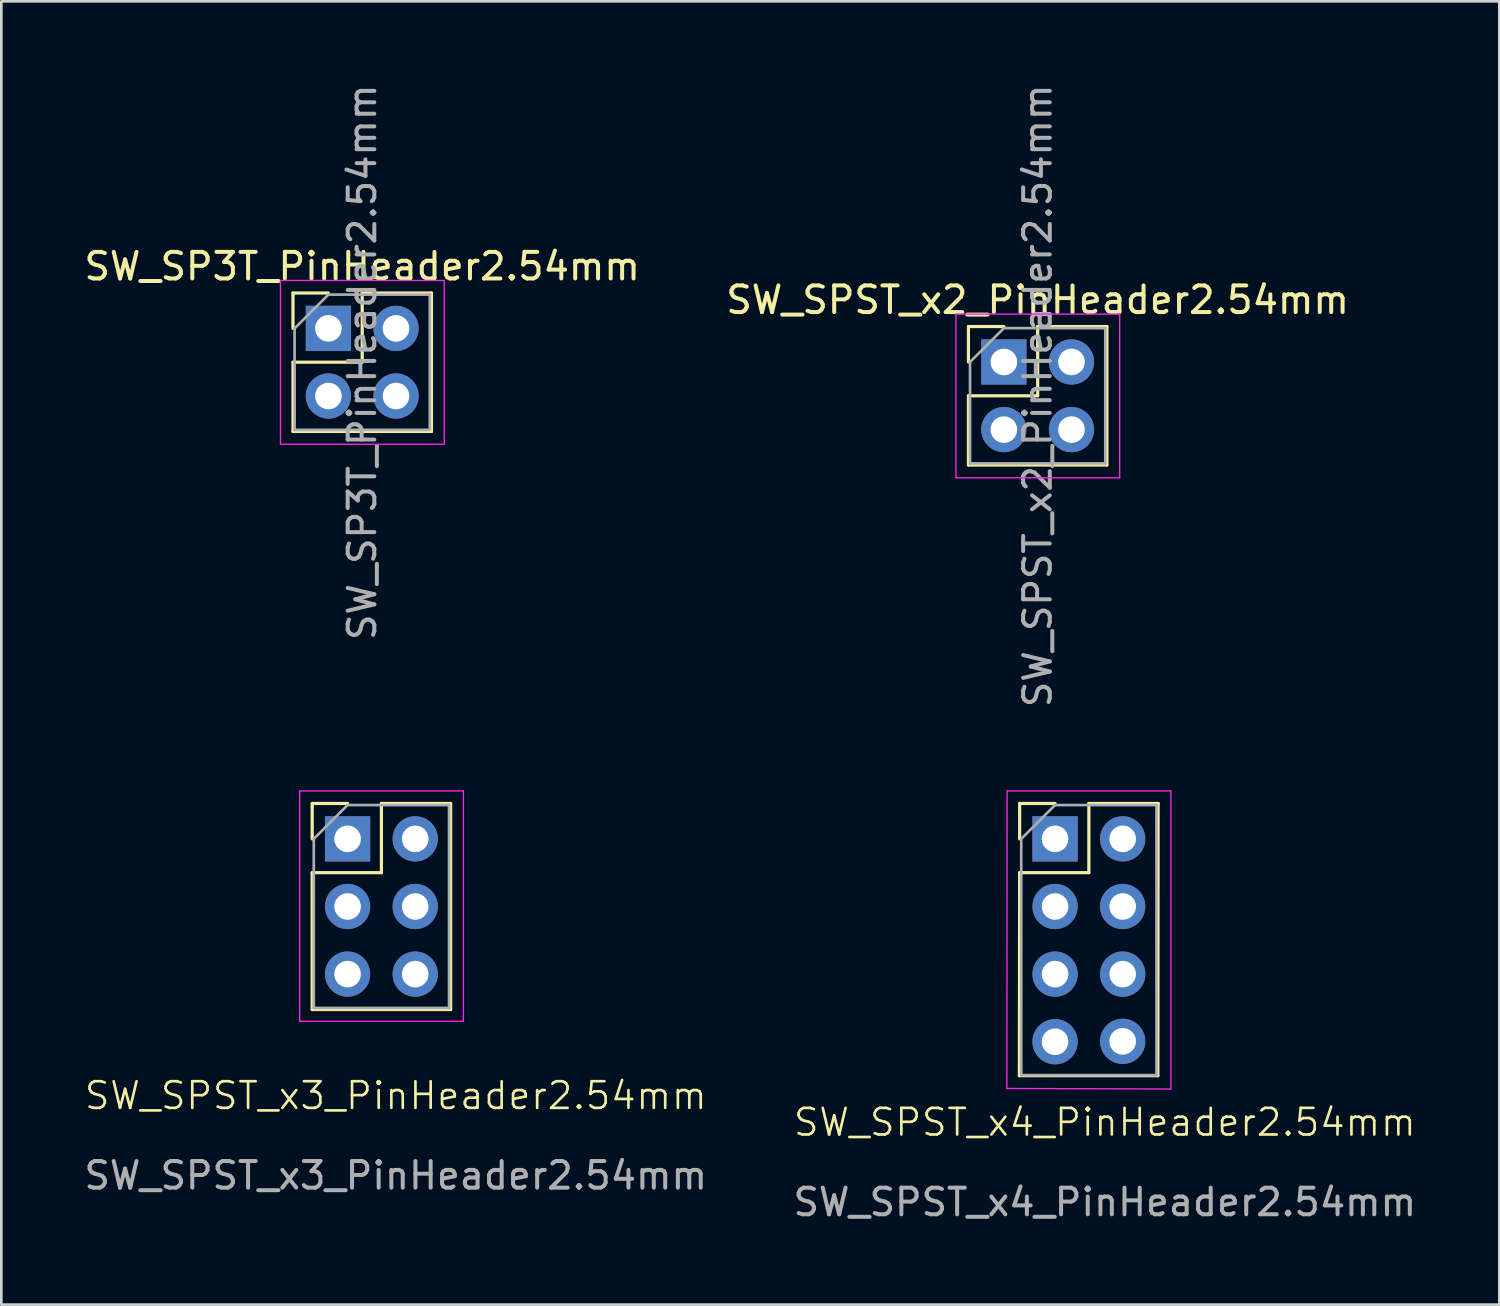
<source format=kicad_pcb>
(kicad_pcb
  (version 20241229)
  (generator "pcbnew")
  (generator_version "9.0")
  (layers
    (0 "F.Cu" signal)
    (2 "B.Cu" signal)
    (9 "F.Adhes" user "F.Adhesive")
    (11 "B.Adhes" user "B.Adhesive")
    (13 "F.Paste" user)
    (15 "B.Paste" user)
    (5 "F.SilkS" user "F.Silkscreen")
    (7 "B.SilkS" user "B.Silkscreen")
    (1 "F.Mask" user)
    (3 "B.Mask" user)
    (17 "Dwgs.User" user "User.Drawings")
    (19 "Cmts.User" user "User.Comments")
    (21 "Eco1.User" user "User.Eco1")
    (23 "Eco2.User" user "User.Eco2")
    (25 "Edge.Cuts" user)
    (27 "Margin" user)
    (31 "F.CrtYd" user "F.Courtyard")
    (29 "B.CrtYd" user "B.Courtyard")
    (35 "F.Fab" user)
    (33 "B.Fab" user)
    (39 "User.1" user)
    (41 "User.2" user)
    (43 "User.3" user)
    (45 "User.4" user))
  (footprint "SW_SP3T_PinHeader2.54mm"
    (layer "F.Cu")
    (at 9.284 9.284)
    (property "Reference" "SW_SP3T_PinHeader2.54mm" (at 1.27 -2.33 0) (layer "F.SilkS") (effects (font (size 1 1) (thickness 0.15))))
    (attr through_hole)
    (fp_line (start -1.33 -1.33) (end 0 -1.33) (stroke (width 0.12) (type solid)) (layer "F.SilkS"))
    (fp_line (start -1.33 0) (end -1.33 -1.33) (stroke (width 0.12) (type solid)) (layer "F.SilkS"))
    (fp_line (start -1.33 1.27) (end -1.33 3.87) (stroke (width 0.12) (type solid)) (layer "F.SilkS"))
    (fp_line (start -1.33 1.27) (end 1.27 1.27) (stroke (width 0.12) (type solid)) (layer "F.SilkS"))
    (fp_line (start -1.33 3.87) (end 3.87 3.87) (stroke (width 0.12) (type solid)) (layer "F.SilkS"))
    (fp_line (start 1.27 -1.33) (end 3.87 -1.33) (stroke (width 0.12) (type solid)) (layer "F.SilkS"))
    (fp_line (start 1.27 1.27) (end 1.27 -1.33) (stroke (width 0.12) (type solid)) (layer "F.SilkS"))
    (fp_line (start 3.87 -1.33) (end 3.87 3.87) (stroke (width 0.12) (type solid)) (layer "F.SilkS"))
    (fp_line (start -1.8 -1.8) (end -1.8 4.35) (stroke (width 0.05) (type solid)) (layer "F.CrtYd"))
    (fp_line (start -1.8 4.35) (end 4.35 4.35) (stroke (width 0.05) (type solid)) (layer "F.CrtYd"))
    (fp_line (start 4.35 -1.8) (end -1.8 -1.8) (stroke (width 0.05) (type solid)) (layer "F.CrtYd"))
    (fp_line (start 4.35 4.35) (end 4.35 -1.8) (stroke (width 0.05) (type solid)) (layer "F.CrtYd"))
    (fp_line (start -1.27 0) (end 0 -1.27) (stroke (width 0.1) (type solid)) (layer "F.Fab"))
    (fp_line (start -1.27 3.81) (end -1.27 0) (stroke (width 0.1) (type solid)) (layer "F.Fab"))
    (fp_line (start 0 -1.27) (end 3.81 -1.27) (stroke (width 0.1) (type solid)) (layer "F.Fab"))
    (fp_line (start 3.81 -1.27) (end 3.81 3.81) (stroke (width 0.1) (type solid)) (layer "F.Fab"))
    (fp_line (start 3.81 3.81) (end -1.27 3.81) (stroke (width 0.1) (type solid)) (layer "F.Fab"))
    (fp_text user "${REFERENCE}" (at 1.27 1.27 90) (layer "F.Fab") (effects (font (size 1 1) (thickness 0.15))))
    (pad "1" thru_hole rect (at 0 0) (size 1.7 1.7) (drill 1) (layers "*.Cu" "*.Mask"))
    (pad "2" thru_hole oval (at 2.54 0) (size 1.7 1.7) (drill 1) (layers "*.Cu" "*.Mask"))
    (pad "3" thru_hole oval (at 0 2.54) (size 1.7 1.7) (drill 1) (layers "*.Cu" "*.Mask"))
    (pad "4" thru_hole oval (at 2.54 2.54) (size 1.7 1.7) (drill 1) (layers "*.Cu" "*.Mask")))
  (footprint "SW_SPST_x4_PinHeader2.54mm"
    (layer "F.Cu")
    (at 38.386 38.601)
    (property "Reference" "SW_SPST_x4_PinHeader2.54mm" (at 0.06 0.5 0) (unlocked yes) (layer "F.SilkS") (effects (font (size 1 1) (thickness 0.1))))
    (attr through_hole)
    (fp_line (start -3.15 -1.25) (end 2.05 -1.25) (stroke (width 0.12) (type solid)) (layer "F.SilkS"))
    (fp_line (start -3.14 -11.475) (end -1.81 -11.475) (stroke (width 0.12) (type solid)) (layer "F.SilkS"))
    (fp_line (start -3.14 -10.145) (end -3.14 -11.475) (stroke (width 0.12) (type solid)) (layer "F.SilkS"))
    (fp_line (start -3.14 -8.875) (end -3.15 -1.25) (stroke (width 0.12) (type solid)) (layer "F.SilkS"))
    (fp_line (start -3.14 -8.875) (end -0.54 -8.875) (stroke (width 0.12) (type solid)) (layer "F.SilkS"))
    (fp_line (start -0.54 -11.475) (end 2.06 -11.475) (stroke (width 0.12) (type solid)) (layer "F.SilkS"))
    (fp_line (start -0.54 -8.875) (end -0.54 -11.475) (stroke (width 0.12) (type solid)) (layer "F.SilkS"))
    (fp_line (start 2.06 -11.475) (end 2.05 -1.25) (stroke (width 0.12) (type solid)) (layer "F.SilkS"))
    (fp_line (start -3.62 -0.77) (end 2.54 -0.75) (stroke (width 0.05) (type solid)) (layer "F.CrtYd"))
    (fp_line (start -3.61 -11.945) (end -3.62 -0.77) (stroke (width 0.05) (type solid)) (layer "F.CrtYd"))
    (fp_line (start 2.54 -11.945) (end -3.61 -11.945) (stroke (width 0.05) (type solid)) (layer "F.CrtYd"))
    (fp_line (start 2.54 -0.75) (end 2.54 -11.945) (stroke (width 0.05) (type solid)) (layer "F.CrtYd"))
    (fp_line (start -3.08 -10.145) (end -1.81 -11.415) (stroke (width 0.1) (type solid)) (layer "F.Fab"))
    (fp_line (start -3.08 -1.27) (end -3.08 -10.145) (stroke (width 0.1) (type solid)) (layer "F.Fab"))
    (fp_line (start -1.81 -11.415) (end 2 -11.415) (stroke (width 0.1) (type solid)) (layer "F.Fab"))
    (fp_line (start 2 -11.415) (end 2 -1.27) (stroke (width 0.1) (type solid)) (layer "F.Fab"))
    (fp_line (start 2 -1.27) (end -3.08 -1.27) (stroke (width 0.1) (type solid)) (layer "F.Fab"))
    (fp_text user "${REFERENCE}" (at 0.06 3.5 0) (unlocked yes) (layer "F.Fab") (effects (font (size 1 1) (thickness 0.15))))
    (pad "1" thru_hole rect (at -1.81 -10.145) (size 1.7 1.7) (drill 1) (layers "*.Cu" "*.Mask"))
    (pad "2" thru_hole oval (at 0.73 -10.145) (size 1.7 1.7) (drill 1) (layers "*.Cu" "*.Mask"))
    (pad "3" thru_hole oval (at -1.81 -7.605) (size 1.7 1.7) (drill 1) (layers "*.Cu" "*.Mask"))
    (pad "4" thru_hole oval (at 0.73 -7.605) (size 1.7 1.7) (drill 1) (layers "*.Cu" "*.Mask"))
    (pad "5" thru_hole oval (at -1.81 -5.065) (size 1.7 1.7) (drill 1) (layers "*.Cu" "*.Mask"))
    (pad "6" thru_hole oval (at 0.73 -5.065) (size 1.7 1.7) (drill 1) (layers "*.Cu" "*.Mask"))
    (pad "7" thru_hole oval (at -1.81 -2.525) (size 1.7 1.7) (drill 1) (layers "*.Cu" "*.Mask"))
    (pad "8" thru_hole oval (at 0.73 -2.54) (size 1.7 1.7) (drill 1) (layers "*.Cu" "*.Mask")))
  (footprint "SW_SPST_x3_PinHeader2.54mm"
    (layer "F.Cu")
    (at 11.815 38.601)
    (property "Reference" "SW_SPST_x3_PinHeader2.54mm" (at 0 -0.5 0) (unlocked yes) (layer "F.SilkS") (effects (font (size 1 1) (thickness 0.1))))
    (attr through_hole)
    (fp_line (start -3.14 -11.475) (end -1.81 -11.475) (stroke (width 0.12) (type solid)) (layer "F.SilkS"))
    (fp_line (start -3.14 -10.145) (end -3.14 -11.475) (stroke (width 0.12) (type solid)) (layer "F.SilkS"))
    (fp_line (start -3.14 -8.875) (end -3.14 -3.735) (stroke (width 0.12) (type solid)) (layer "F.SilkS"))
    (fp_line (start -3.14 -8.875) (end -0.54 -8.875) (stroke (width 0.12) (type solid)) (layer "F.SilkS"))
    (fp_line (start -3.14 -3.735) (end 2.06 -3.735) (stroke (width 0.12) (type solid)) (layer "F.SilkS"))
    (fp_line (start -0.54 -11.475) (end 2.06 -11.475) (stroke (width 0.12) (type solid)) (layer "F.SilkS"))
    (fp_line (start -0.54 -8.875) (end -0.54 -11.475) (stroke (width 0.12) (type solid)) (layer "F.SilkS"))
    (fp_line (start 2.06 -11.475) (end 2.06 -3.735) (stroke (width 0.12) (type solid)) (layer "F.SilkS"))
    (fp_line (start -3.61 -11.945) (end -3.61 -3.295) (stroke (width 0.05) (type solid)) (layer "F.CrtYd"))
    (fp_line (start -3.61 -3.295) (end 2.54 -3.295) (stroke (width 0.05) (type solid)) (layer "F.CrtYd"))
    (fp_line (start 2.54 -11.945) (end -3.61 -11.945) (stroke (width 0.05) (type solid)) (layer "F.CrtYd"))
    (fp_line (start 2.54 -3.295) (end 2.54 -11.945) (stroke (width 0.05) (type solid)) (layer "F.CrtYd"))
    (fp_line (start -3.08 -10.145) (end -1.81 -11.415) (stroke (width 0.1) (type solid)) (layer "F.Fab"))
    (fp_line (start -3.08 -3.795) (end -3.08 -10.145) (stroke (width 0.1) (type solid)) (layer "F.Fab"))
    (fp_line (start -1.81 -11.415) (end 2 -11.415) (stroke (width 0.1) (type solid)) (layer "F.Fab"))
    (fp_line (start 2 -11.415) (end 2 -3.795) (stroke (width 0.1) (type solid)) (layer "F.Fab"))
    (fp_line (start 2 -3.795) (end -3.08 -3.795) (stroke (width 0.1) (type solid)) (layer "F.Fab"))
    (fp_text user "${REFERENCE}" (at 0 2.5 0) (unlocked yes) (layer "F.Fab") (effects (font (size 1 1) (thickness 0.15))))
    (pad "1" thru_hole rect (at -1.81 -10.145) (size 1.7 1.7) (drill 1) (layers "*.Cu" "*.Mask"))
    (pad "2" thru_hole oval (at 0.73 -10.145) (size 1.7 1.7) (drill 1) (layers "*.Cu" "*.Mask"))
    (pad "3" thru_hole oval (at -1.81 -7.605) (size 1.7 1.7) (drill 1) (layers "*.Cu" "*.Mask"))
    (pad "4" thru_hole oval (at 0.73 -7.605) (size 1.7 1.7) (drill 1) (layers "*.Cu" "*.Mask"))
    (pad "5" thru_hole oval (at -1.81 -5.065) (size 1.7 1.7) (drill 1) (layers "*.Cu" "*.Mask"))
    (pad "6" thru_hole oval (at 0.73 -5.065) (size 1.7 1.7) (drill 1) (layers "*.Cu" "*.Mask")))
  (footprint "SW_SPST_x2_PinHeader2.54mm"
    (layer "F.Cu")
    (at 34.653 10.545)
    (property "Reference" "SW_SPST_x2_PinHeader2.54mm" (at 1.27 -2.33 0) (layer "F.SilkS") (effects (font (size 1 1) (thickness 0.15))))
    (attr through_hole)
    (fp_line (start -1.33 -1.33) (end 0 -1.33) (stroke (width 0.12) (type solid)) (layer "F.SilkS"))
    (fp_line (start -1.33 0) (end -1.33 -1.33) (stroke (width 0.12) (type solid)) (layer "F.SilkS"))
    (fp_line (start -1.33 1.27) (end -1.33 3.87) (stroke (width 0.12) (type solid)) (layer "F.SilkS"))
    (fp_line (start -1.33 1.27) (end 1.27 1.27) (stroke (width 0.12) (type solid)) (layer "F.SilkS"))
    (fp_line (start -1.33 3.87) (end 3.87 3.87) (stroke (width 0.12) (type solid)) (layer "F.SilkS"))
    (fp_line (start 1.27 -1.33) (end 3.87 -1.33) (stroke (width 0.12) (type solid)) (layer "F.SilkS"))
    (fp_line (start 1.27 1.27) (end 1.27 -1.33) (stroke (width 0.12) (type solid)) (layer "F.SilkS"))
    (fp_line (start 3.87 -1.33) (end 3.87 3.87) (stroke (width 0.12) (type solid)) (layer "F.SilkS"))
    (fp_line (start -1.8 -1.8) (end -1.8 4.35) (stroke (width 0.05) (type solid)) (layer "F.CrtYd"))
    (fp_line (start -1.8 4.35) (end 4.35 4.35) (stroke (width 0.05) (type solid)) (layer "F.CrtYd"))
    (fp_line (start 4.35 -1.8) (end -1.8 -1.8) (stroke (width 0.05) (type solid)) (layer "F.CrtYd"))
    (fp_line (start 4.35 4.35) (end 4.35 -1.8) (stroke (width 0.05) (type solid)) (layer "F.CrtYd"))
    (fp_line (start -1.27 0) (end 0 -1.27) (stroke (width 0.1) (type solid)) (layer "F.Fab"))
    (fp_line (start -1.27 3.81) (end -1.27 0) (stroke (width 0.1) (type solid)) (layer "F.Fab"))
    (fp_line (start 0 -1.27) (end 3.81 -1.27) (stroke (width 0.1) (type solid)) (layer "F.Fab"))
    (fp_line (start 3.81 -1.27) (end 3.81 3.81) (stroke (width 0.1) (type solid)) (layer "F.Fab"))
    (fp_line (start 3.81 3.81) (end -1.27 3.81) (stroke (width 0.1) (type solid)) (layer "F.Fab"))
    (fp_text user "${REFERENCE}" (at 1.27 1.27 90) (layer "F.Fab") (effects (font (size 1 1) (thickness 0.15))))
    (pad "1" thru_hole rect (at 0 0) (size 1.7 1.7) (drill 1) (layers "*.Cu" "*.Mask"))
    (pad "2" thru_hole oval (at 2.54 0) (size 1.7 1.7) (drill 1) (layers "*.Cu" "*.Mask"))
    (pad "3" thru_hole oval (at 0 2.54) (size 1.7 1.7) (drill 1) (layers "*.Cu" "*.Mask"))
    (pad "4" thru_hole oval (at 2.54 2.54) (size 1.7 1.7) (drill 1) (layers "*.Cu" "*.Mask")))
  (gr_rect
    (start -3 -3)
    (end 53.262 45.949)
    (stroke (width 0.1) (type default))
    (fill no)
    (layer "Edge.Cuts")))
</source>
